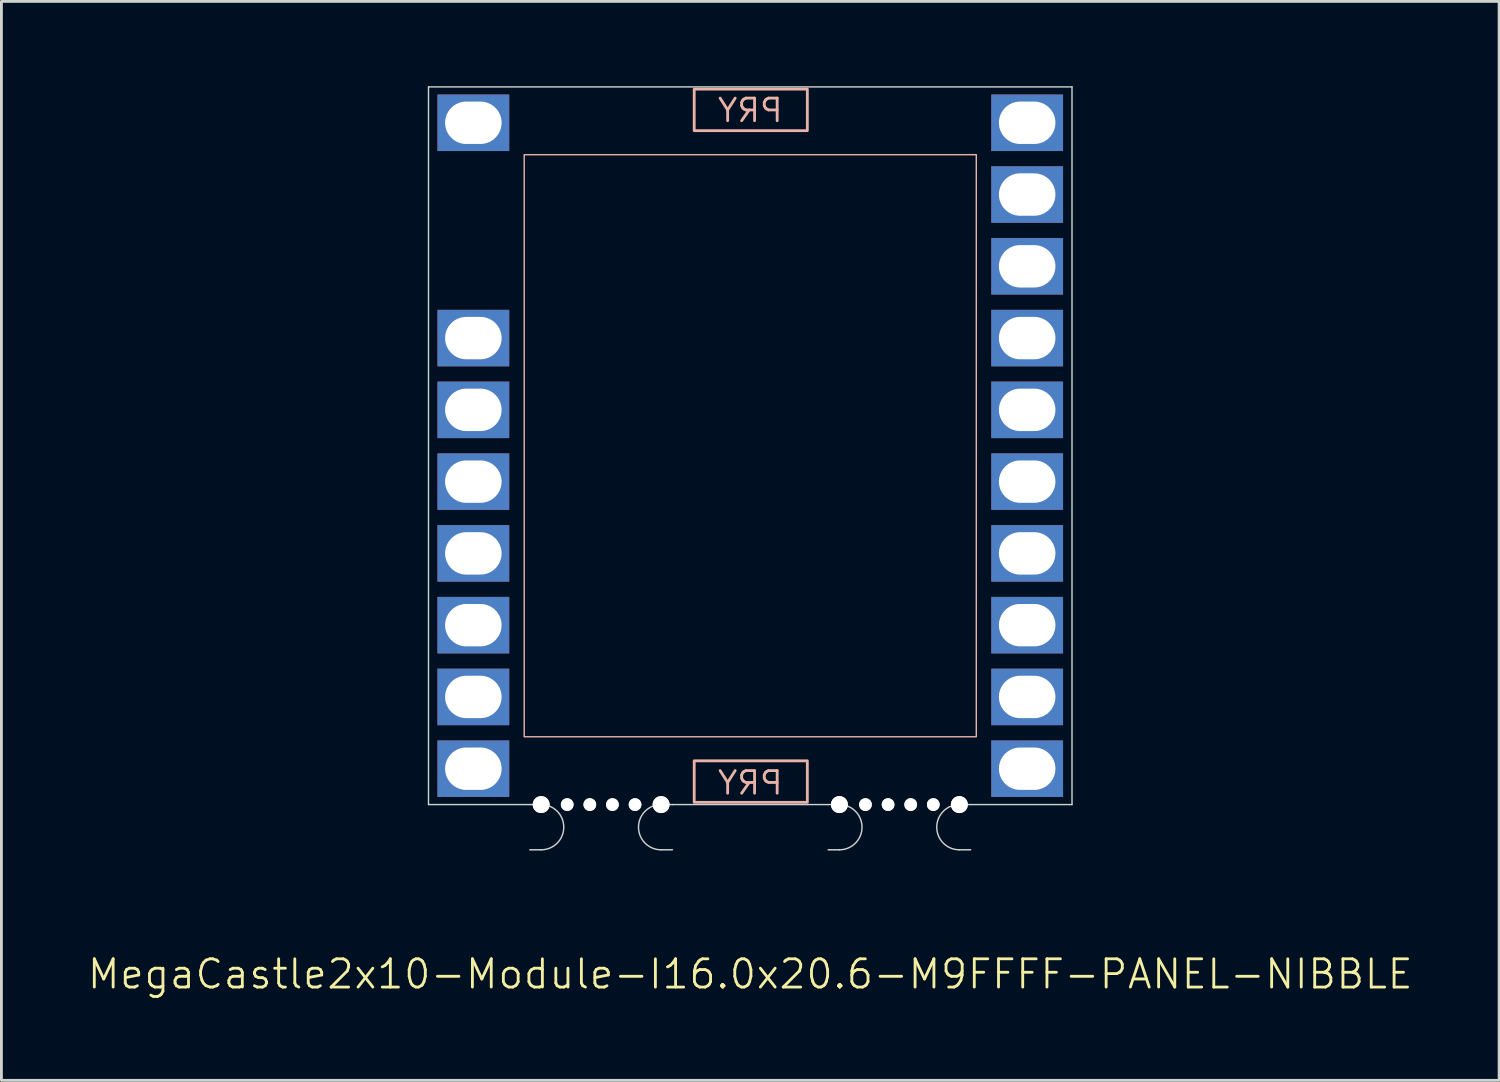
<source format=kicad_pcb>
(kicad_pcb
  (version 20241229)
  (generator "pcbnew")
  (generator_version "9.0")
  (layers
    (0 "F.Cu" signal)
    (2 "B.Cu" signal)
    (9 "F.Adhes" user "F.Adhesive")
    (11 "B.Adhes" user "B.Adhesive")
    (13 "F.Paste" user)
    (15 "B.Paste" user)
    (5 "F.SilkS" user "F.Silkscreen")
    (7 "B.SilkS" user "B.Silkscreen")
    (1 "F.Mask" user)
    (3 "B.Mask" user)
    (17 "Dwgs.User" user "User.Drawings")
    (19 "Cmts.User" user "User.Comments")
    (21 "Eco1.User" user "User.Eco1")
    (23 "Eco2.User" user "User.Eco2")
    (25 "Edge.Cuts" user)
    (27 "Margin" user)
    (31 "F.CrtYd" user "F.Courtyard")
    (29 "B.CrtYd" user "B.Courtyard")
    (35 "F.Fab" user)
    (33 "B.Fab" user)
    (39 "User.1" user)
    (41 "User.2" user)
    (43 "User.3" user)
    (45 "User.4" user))
  (footprint "MegaCastle2x10-Module-I16.0x20.6-M9FFFF-PANEL-NIBBLE"
    (layer "F.Cu")
    (at 23.502 12.725)
    (property "Reference" "MegaCastle2x10-Module-I16.0x20.6-M9FFFF-PANEL-NIBBLE" (at 0 18.7 0) (unlocked yes) (layer "F.SilkS") (effects (font (size 1 1) (thickness 0.1))))
    (attr smd)
    (fp_rect (start -8 10.3) (end 8 -10.3) (stroke (width 0.05) (type default)) (fill no) (layer "B.SilkS"))
    (fp_rect (start -1.984 -11.151) (end 2.02 -12.62) (stroke (width 0.1) (type default)) (fill no) (layer "B.SilkS"))
    (fp_rect (start -1.984 11.151) (end 2.02 12.62) (stroke (width 0.1) (type default)) (fill no) (layer "B.SilkS"))
    (fp_line (start -11.387 -12.7) (end -11.387 12.7) (stroke (width 0.05) (type default)) (layer "Edge.Cuts"))
    (fp_line (start -11.387 -12.7) (end 11.387 -12.7) (stroke (width 0.05) (type default)) (layer "Edge.Cuts"))
    (fp_line (start -11.387 12.7) (end -7.8 12.7) (stroke (width 0.05) (type default)) (layer "Edge.Cuts"))
    (fp_line (start -7.8 12.7) (end -7.4 12.7) (stroke (width 0.05) (type default)) (layer "Edge.Cuts"))
    (fp_line (start -7.8 14.3) (end -7.4 14.3) (stroke (width 0.05) (type default)) (layer "Edge.Cuts"))
    (fp_line (start -2.755 12.7) (end -3.155 12.7) (stroke (width 0.05) (type default)) (layer "Edge.Cuts"))
    (fp_line (start -2.755 12.7) (end 2.755 12.7) (stroke (width 0.05) (type default)) (layer "Edge.Cuts"))
    (fp_line (start -2.755 14.3) (end -3.155 14.3) (stroke (width 0.05) (type default)) (layer "Edge.Cuts"))
    (fp_line (start 2.755 12.7) (end 3.155 12.7) (stroke (width 0.05) (type default)) (layer "Edge.Cuts"))
    (fp_line (start 2.755 14.3) (end 3.155 14.3) (stroke (width 0.05) (type default)) (layer "Edge.Cuts"))
    (fp_line (start 7.8 12.7) (end 7.4 12.7) (stroke (width 0.05) (type default)) (layer "Edge.Cuts"))
    (fp_line (start 7.8 12.7) (end 11.387 12.7) (stroke (width 0.05) (type default)) (layer "Edge.Cuts"))
    (fp_line (start 7.8 14.3) (end 7.4 14.3) (stroke (width 0.05) (type default)) (layer "Edge.Cuts"))
    (fp_line (start 11.387 -12.7) (end 11.387 12.7) (stroke (width 0.05) (type default)) (layer "Edge.Cuts"))
    (fp_arc (start -7.4 12.7) (mid -6.6 13.5) (end -7.4 14.3) (stroke (width 0.05) (type default)) (layer "Edge.Cuts"))
    (fp_arc (start -3.155 14.3) (mid -3.955 13.5) (end -3.155 12.7) (stroke (width 0.05) (type default)) (layer "Edge.Cuts"))
    (fp_arc (start 3.155 12.7) (mid 3.955 13.5) (end 3.155 14.3) (stroke (width 0.05) (type default)) (layer "Edge.Cuts"))
    (fp_arc (start 7.400001 14.3) (mid 6.6 13.5) (end 7.400001 12.7) (stroke (width 0.05) (type default)) (layer "Edge.Cuts"))
    (fp_text user "PRY" (at 0 12.4 0) (unlocked yes) (layer "B.SilkS") (effects (font (size 0.8 0.8) (thickness 0.1)) (justify bottom mirror)))
    (fp_text user "PRY" (at 0 -11.4 0) (unlocked yes) (layer "B.SilkS") (effects (font (size 0.8 0.8) (thickness 0.1)) (justify bottom mirror)))
    (pad "" np_thru_hole circle (at -7.4 12.7) (size 0.6 0.6) (drill 0.6) (layers "*.Cu" "Edge.Cuts"))
    (pad "" np_thru_hole circle (at -6.478 12.7) (size 0.45 0.45) (drill 0.45) (layers "*.Cu" "Edge.Cuts"))
    (pad "" np_thru_hole circle (at -5.678 12.7) (size 0.45 0.45) (drill 0.45) (layers "*.Cu" "Edge.Cuts"))
    (pad "" np_thru_hole circle (at -4.878 12.7) (size 0.45 0.45) (drill 0.45) (layers "*.Cu" "Edge.Cuts"))
    (pad "" np_thru_hole circle (at -4.077 12.7) (size 0.45 0.45) (drill 0.45) (layers "*.Cu" "Edge.Cuts"))
    (pad "" np_thru_hole circle (at -3.155 12.7) (size 0.6 0.6) (drill 0.6) (layers "*.Cu" "Edge.Cuts"))
    (pad "" np_thru_hole circle (at 3.155 12.7) (size 0.6 0.6) (drill 0.6) (layers "*.Cu" "Edge.Cuts"))
    (pad "" np_thru_hole circle (at 4.077 12.7) (size 0.45 0.45) (drill 0.45) (layers "*.Cu" "Edge.Cuts"))
    (pad "" np_thru_hole circle (at 4.878 12.7) (size 0.45 0.45) (drill 0.45) (layers "*.Cu" "Edge.Cuts"))
    (pad "" np_thru_hole circle (at 5.678 12.7) (size 0.45 0.45) (drill 0.45) (layers "*.Cu" "Edge.Cuts"))
    (pad "" np_thru_hole circle (at 6.478 12.7) (size 0.45 0.45) (drill 0.45) (layers "*.Cu" "Edge.Cuts"))
    (pad "" np_thru_hole circle (at 7.4 12.7) (size 0.6 0.6) (drill 0.6) (layers "*.Cu" "Edge.Cuts"))
    (pad "1" thru_hole rect (at -9.8 -11.43) (size 2.54 2) (drill oval 2 1.5) (property pad_prop_castellated) (layers "*.Cu" "*.Mask"))
    (pad "4" thru_hole rect (at -9.8 -3.81) (size 2.54 2) (drill oval 2 1.5) (property pad_prop_castellated) (layers "*.Cu" "*.Mask"))
    (pad "5" thru_hole rect (at -9.8 -1.27) (size 2.54 2) (drill oval 2 1.5) (property pad_prop_castellated) (layers "*.Cu" "*.Mask"))
    (pad "6" thru_hole rect (at -9.8 1.27) (size 2.54 2) (drill oval 2 1.5) (property pad_prop_castellated) (layers "*.Cu" "*.Mask"))
    (pad "7" thru_hole rect (at -9.8 3.81) (size 2.54 2) (drill oval 2 1.5) (property pad_prop_castellated) (layers "*.Cu" "*.Mask"))
    (pad "8" thru_hole rect (at -9.8 6.35) (size 2.54 2) (drill oval 2 1.5) (property pad_prop_castellated) (layers "*.Cu" "*.Mask"))
    (pad "9" thru_hole rect (at -9.8 8.89) (size 2.54 2) (drill oval 2 1.5) (property pad_prop_castellated) (layers "*.Cu" "*.Mask"))
    (pad "10" thru_hole rect (at -9.8 11.43) (size 2.54 2) (drill oval 2 1.5) (property pad_prop_castellated) (layers "*.Cu" "*.Mask"))
    (pad "11" thru_hole rect (at 9.8 -11.43) (size 2.54 2) (drill oval 2 1.5) (property pad_prop_castellated) (layers "*.Cu" "*.Mask"))
    (pad "12" thru_hole rect (at 9.8 -8.89) (size 2.54 2) (drill oval 2 1.5) (property pad_prop_castellated) (layers "*.Cu" "*.Mask"))
    (pad "13" thru_hole rect (at 9.8 -6.35) (size 2.54 2) (drill oval 2 1.5) (property pad_prop_castellated) (layers "*.Cu" "*.Mask"))
    (pad "14" thru_hole rect (at 9.8 -3.81) (size 2.54 2) (drill oval 2 1.5) (property pad_prop_castellated) (layers "*.Cu" "*.Mask"))
    (pad "15" thru_hole rect (at 9.8 -1.27) (size 2.54 2) (drill oval 2 1.5) (property pad_prop_castellated) (layers "*.Cu" "*.Mask"))
    (pad "16" thru_hole rect (at 9.8 1.27) (size 2.54 2) (drill oval 2 1.5) (property pad_prop_castellated) (layers "*.Cu" "*.Mask"))
    (pad "17" thru_hole rect (at 9.8 3.81) (size 2.54 2) (drill oval 2 1.5) (property pad_prop_castellated) (layers "*.Cu" "*.Mask"))
    (pad "18" thru_hole rect (at 9.8 6.35) (size 2.54 2) (drill oval 2 1.5) (property pad_prop_castellated) (layers "*.Cu" "*.Mask"))
    (pad "19" thru_hole rect (at 9.8 8.89) (size 2.54 2) (drill oval 2 1.5) (property pad_prop_castellated) (layers "*.Cu" "*.Mask"))
    (pad "20" thru_hole rect (at 9.8 11.43) (size 2.54 2) (drill oval 2 1.5) (property pad_prop_castellated) (layers "*.Cu" "*.Mask"))
    (zone (net_name "") (layer "B.Cu") (hatch edge 0.5) (connect_pads) (min_thickness 0.25) (filled_areas_thickness no) (keepout (tracks allowed) (vias allowed) (pads allowed) (copperpour allowed) (footprints not_allowed)) (placement (enabled no)) (fill) (polygon (pts (xy 13.702 25.425) (xy 13.702 0.025) (xy 15.502 0.025) (xy 15.502 25.425))))
    (zone (net_name "") (layer "B.Cu") (hatch edge 0.5) (connect_pads) (min_thickness 0.25) (filled_areas_thickness no) (keepout (tracks allowed) (vias allowed) (pads allowed) (copperpour allowed) (footprints not_allowed)) (placement (enabled no)) (fill) (polygon (pts (xy 15.502 0.025) (xy 15.502 2.425) (xy 31.502 2.425) (xy 31.502 0.025))))
    (zone (net_name "") (layer "B.Cu") (hatch edge 0.5) (connect_pads) (min_thickness 0.25) (filled_areas_thickness no) (keepout (tracks allowed) (vias allowed) (pads allowed) (copperpour allowed) (footprints not_allowed)) (placement (enabled no)) (fill) (polygon (pts (xy 15.502 25.425) (xy 15.502 23.025) (xy 31.502 23.025) (xy 31.502 25.425))))
    (zone (net_name "") (layer "B.Cu") (name "Upper Pry Zone") (hatch edge 0.5) (connect_pads) (min_thickness 0.25) (filled_areas_thickness no) (keepout (tracks not_allowed) (vias not_allowed) (pads not_allowed) (copperpour allowed) (footprints not_allowed)) (placement (enabled no)) (fill) (polygon (pts (xy 21.518 1.574) (xy 21.518 0.105) (xy 25.522 0.105) (xy 25.522 1.574))))
    (zone (net_name "") (layer "B.Cu") (name "Upper Pry Zone") (hatch edge 0.5) (connect_pads) (min_thickness 0.25) (filled_areas_thickness no) (keepout (tracks not_allowed) (vias not_allowed) (pads not_allowed) (copperpour allowed) (footprints not_allowed)) (placement (enabled no)) (fill) (polygon (pts (xy 21.518 23.876) (xy 21.518 25.345) (xy 25.522 25.345) (xy 25.522 23.876))))
    (zone (net_name "") (layer "B.Cu") (hatch edge 0.5) (connect_pads) (min_thickness 0.25) (filled_areas_thickness no) (keepout (tracks allowed) (vias allowed) (pads allowed) (copperpour allowed) (footprints not_allowed)) (placement (enabled no)) (fill) (polygon (pts (xy 33.302 25.425) (xy 33.302 0.025) (xy 31.502 0.025) (xy 31.502 25.425)))))
  (gr_rect
    (start -3 -3)
    (end 50.005 35.185)
    (stroke (width 0.1) (type default))
    (fill no)
    (layer "Edge.Cuts")))
</source>
